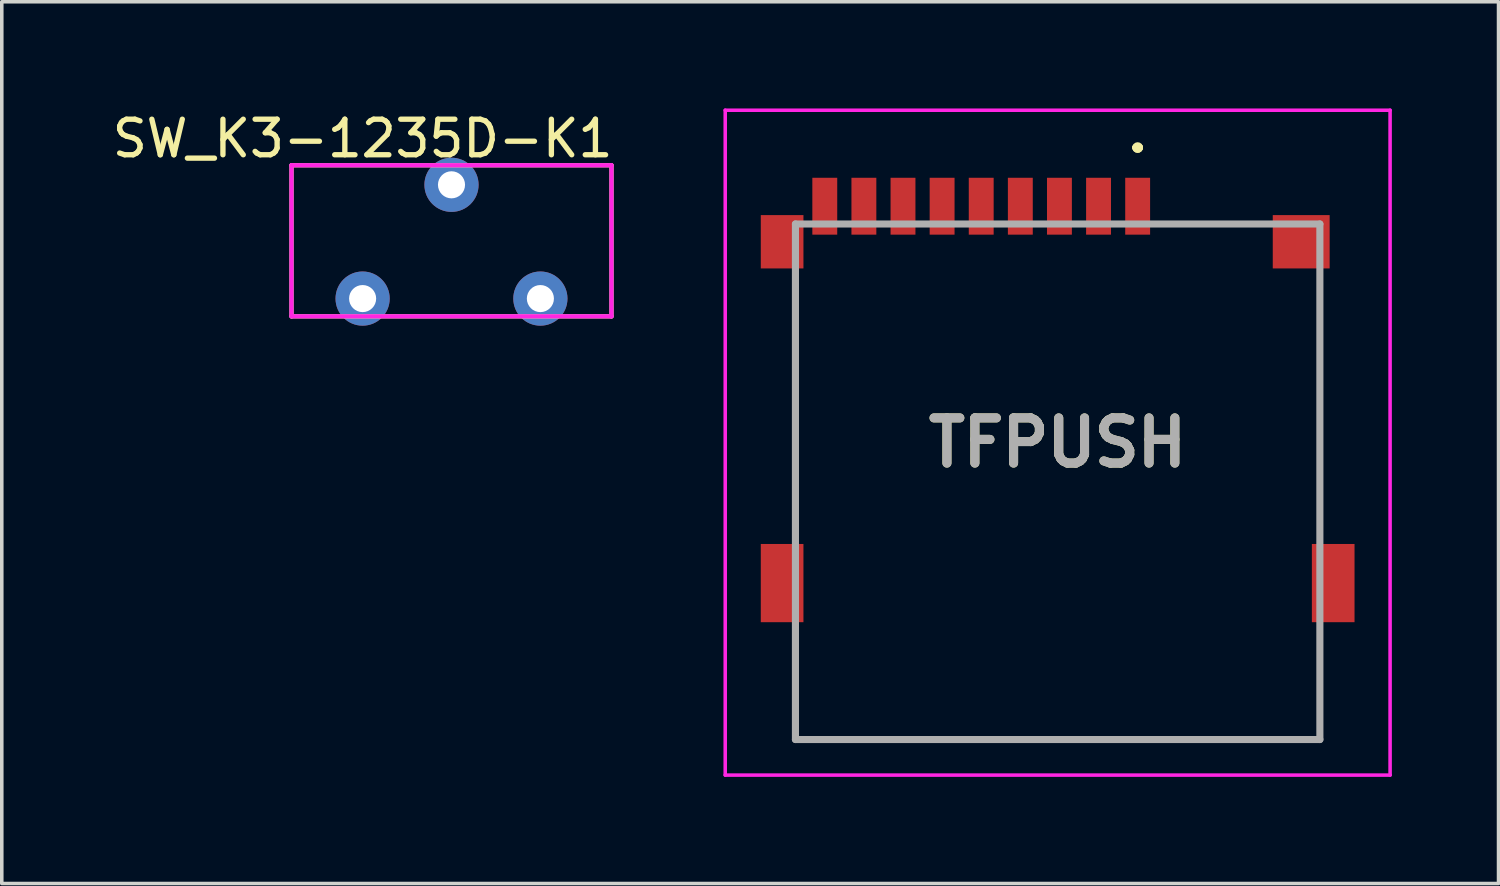
<source format=kicad_pcb>
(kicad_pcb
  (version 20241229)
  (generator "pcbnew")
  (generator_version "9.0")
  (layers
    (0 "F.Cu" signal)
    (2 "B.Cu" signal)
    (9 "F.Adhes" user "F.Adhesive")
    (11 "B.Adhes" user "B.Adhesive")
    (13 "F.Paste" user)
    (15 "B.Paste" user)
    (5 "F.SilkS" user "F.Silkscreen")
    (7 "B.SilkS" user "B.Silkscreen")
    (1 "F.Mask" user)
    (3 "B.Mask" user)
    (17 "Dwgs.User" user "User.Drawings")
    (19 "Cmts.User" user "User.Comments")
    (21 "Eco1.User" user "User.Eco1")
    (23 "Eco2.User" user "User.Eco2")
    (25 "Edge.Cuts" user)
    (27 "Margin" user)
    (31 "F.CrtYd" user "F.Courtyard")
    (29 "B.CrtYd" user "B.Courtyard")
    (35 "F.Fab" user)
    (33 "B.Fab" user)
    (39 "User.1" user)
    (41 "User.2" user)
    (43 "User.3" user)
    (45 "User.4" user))
  (footprint "TFPUSH"
    (layer "F.Cu")
    (at 26.698 10.5)
    (property "Reference" "TFPUSH" (at 0 -1.1 0) (layer "F.SilkS") (effects (font (size 1.27 1.27) (thickness 0.254))))
    (attr through_hole)
    (fp_line (start -7.375 -5.25) (end -7.375 -5.25) (stroke (width 0.1) (type solid)) (layer "F.SilkS"))
    (fp_line (start -7.375 -5.25) (end -7.375 1.25) (stroke (width 0.1) (type solid)) (layer "F.SilkS"))
    (fp_line (start -7.375 1.25) (end -7.375 -5.25) (stroke (width 0.1) (type solid)) (layer "F.SilkS"))
    (fp_line (start -7.375 1.25) (end -7.375 1.25) (stroke (width 0.1) (type solid)) (layer "F.SilkS"))
    (fp_line (start -7.375 4.5) (end -7.375 4.5) (stroke (width 0.1) (type solid)) (layer "F.SilkS"))
    (fp_line (start -7.375 4.5) (end -7.375 7.25) (stroke (width 0.1) (type solid)) (layer "F.SilkS"))
    (fp_line (start -7.375 7.25) (end -7.375 4.5) (stroke (width 0.1) (type solid)) (layer "F.SilkS"))
    (fp_line (start -7.375 7.25) (end -7.375 7.25) (stroke (width 0.1) (type solid)) (layer "F.SilkS"))
    (fp_line (start -7.375 7.25) (end -7.375 7.25) (stroke (width 0.1) (type solid)) (layer "F.SilkS"))
    (fp_line (start -7.375 7.25) (end 7.375 7.25) (stroke (width 0.1) (type solid)) (layer "F.SilkS"))
    (fp_line (start 2.2 -9.4) (end 2.2 -9.4) (stroke (width 0.2) (type solid)) (layer "F.SilkS"))
    (fp_line (start 2.2 -9.4) (end 2.2 -9.4) (stroke (width 0.2) (type solid)) (layer "F.SilkS"))
    (fp_line (start 2.3 -9.4) (end 2.3 -9.4) (stroke (width 0.2) (type solid)) (layer "F.SilkS"))
    (fp_line (start 3.2 -7.25) (end 3.2 -7.25) (stroke (width 0.1) (type solid)) (layer "F.SilkS"))
    (fp_line (start 3.2 -7.25) (end 5.45 -7.25) (stroke (width 0.1) (type solid)) (layer "F.SilkS"))
    (fp_line (start 5.45 -7.25) (end 3.2 -7.25) (stroke (width 0.1) (type solid)) (layer "F.SilkS"))
    (fp_line (start 5.45 -7.25) (end 5.45 -7.25) (stroke (width 0.1) (type solid)) (layer "F.SilkS"))
    (fp_line (start 7.375 -5.25) (end 7.375 -5.25) (stroke (width 0.1) (type solid)) (layer "F.SilkS"))
    (fp_line (start 7.375 -5.25) (end 7.375 1) (stroke (width 0.1) (type solid)) (layer "F.SilkS"))
    (fp_line (start 7.375 1) (end 7.375 -5.25) (stroke (width 0.1) (type solid)) (layer "F.SilkS"))
    (fp_line (start 7.375 1) (end 7.375 1) (stroke (width 0.1) (type solid)) (layer "F.SilkS"))
    (fp_line (start 7.375 4.5) (end 7.375 4.5) (stroke (width 0.1) (type solid)) (layer "F.SilkS"))
    (fp_line (start 7.375 4.5) (end 7.375 7.25) (stroke (width 0.1) (type solid)) (layer "F.SilkS"))
    (fp_line (start 7.375 7.25) (end -7.375 7.25) (stroke (width 0.1) (type solid)) (layer "F.SilkS"))
    (fp_line (start 7.375 7.25) (end 7.375 4.5) (stroke (width 0.1) (type solid)) (layer "F.SilkS"))
    (fp_line (start 7.375 7.25) (end 7.375 7.25) (stroke (width 0.1) (type solid)) (layer "F.SilkS"))
    (fp_line (start 7.375 7.25) (end 7.375 7.25) (stroke (width 0.1) (type solid)) (layer "F.SilkS"))
    (fp_arc (start 2.2 -9.4) (mid 2.25 -9.45) (end 2.3 -9.4) (stroke (width 0.2) (type solid)) (layer "F.SilkS"))
    (fp_arc (start 2.3 -9.4) (mid 2.25 -9.35) (end 2.2 -9.4) (stroke (width 0.2) (type solid)) (layer "F.SilkS"))
    (fp_arc (start 2.3 -9.4) (mid 2.25 -9.35) (end 2.2 -9.4) (stroke (width 0.2) (type solid)) (layer "F.SilkS"))
    (fp_line (start -9.35 -10.45) (end 9.35 -10.45) (stroke (width 0.1) (type solid)) (layer "F.CrtYd"))
    (fp_line (start -9.35 8.25) (end -9.35 -10.45) (stroke (width 0.1) (type solid)) (layer "F.CrtYd"))
    (fp_line (start 9.35 -10.45) (end 9.35 8.25) (stroke (width 0.1) (type solid)) (layer "F.CrtYd"))
    (fp_line (start 9.35 8.25) (end -9.35 8.25) (stroke (width 0.1) (type solid)) (layer "F.CrtYd"))
    (fp_line (start -7.375 -7.25) (end -7.375 7.25) (stroke (width 0.2) (type solid)) (layer "F.Fab"))
    (fp_line (start -7.375 7.25) (end 7.375 7.25) (stroke (width 0.2) (type solid)) (layer "F.Fab"))
    (fp_line (start 7.375 -7.25) (end -7.375 -7.25) (stroke (width 0.2) (type solid)) (layer "F.Fab"))
    (fp_line (start 7.375 7.25) (end 7.375 -7.25) (stroke (width 0.2) (type solid)) (layer "F.Fab"))
    (fp_text user "${REFERENCE}" (at 0 -1.1 0) (layer "F.Fab") (effects (font (size 1.27 1.27) (thickness 0.254))))
    (pad "" np_thru_hole circle (at -4.95 3.25) (size 0.001 0.001) (drill 1) (layers "*.Cu" "*.Mask"))
    (pad "" np_thru_hole circle (at 3.05 3.25) (size 0.001 0.001) (drill 1) (layers "*.Cu" "*.Mask"))
    (pad "1" smd rect (at 2.25 -7.75) (size 0.7 1.6) (layers "F.Cu" "F.Mask" "F.Paste"))
    (pad "2" smd rect (at 1.15 -7.75) (size 0.7 1.6) (layers "F.Cu" "F.Mask" "F.Paste"))
    (pad "3" smd rect (at 0.05 -7.75) (size 0.7 1.6) (layers "F.Cu" "F.Mask" "F.Paste"))
    (pad "4" smd rect (at -1.05 -7.75) (size 0.7 1.6) (layers "F.Cu" "F.Mask" "F.Paste"))
    (pad "5" smd rect (at -2.15 -7.75) (size 0.7 1.6) (layers "F.Cu" "F.Mask" "F.Paste"))
    (pad "6" smd rect (at -3.25 -7.75) (size 0.7 1.6) (layers "F.Cu" "F.Mask" "F.Paste"))
    (pad "7" smd rect (at -4.35 -7.75) (size 0.7 1.6) (layers "F.Cu" "F.Mask" "F.Paste"))
    (pad "8" smd rect (at -5.45 -7.75) (size 0.7 1.6) (layers "F.Cu" "F.Mask" "F.Paste"))
    (pad "CD1" smd rect (at -6.55 -7.75) (size 0.7 1.6) (layers "F.Cu" "F.Mask" "F.Paste"))
    (pad "G1" smd rect (at 6.85 -6.75 90) (size 1.5 1.6) (layers "F.Cu" "F.Mask" "F.Paste"))
    (pad "G2" smd rect (at -7.75 -6.75) (size 1.2 1.5) (layers "F.Cu" "F.Mask" "F.Paste"))
    (pad "G3" smd rect (at -7.75 2.85) (size 1.2 2.2) (layers "F.Cu" "F.Mask" "F.Paste"))
    (pad "G4" smd rect (at 7.75 2.85) (size 1.2 2.2) (layers "F.Cu" "F.Mask" "F.Paste")))
  (footprint "SW_K3-1235D-K1"
    (layer "F.Cu")
    (at 12.149 5.348)
    (property "Reference" "SW_K3-1235D-K1" (at -5 -4.5 0) (layer "F.SilkS") (effects (font (size 1 1) (thickness 0.15))))
    (attr through_hole)
    (fp_line (start -7 -3.75) (end 2 -3.75) (stroke (width 0.12) (type solid)) (layer "F.SilkS"))
    (fp_line (start -7 0.5) (end -7 -3.75) (stroke (width 0.12) (type solid)) (layer "F.SilkS"))
    (fp_line (start 2 -3.75) (end 2 0.5) (stroke (width 0.12) (type solid)) (layer "F.SilkS"))
    (fp_line (start 2 0.5) (end -7 0.5) (stroke (width 0.12) (type solid)) (layer "F.SilkS"))
    (fp_line (start -7 -3.75) (end 2 -3.75) (stroke (width 0.12) (type solid)) (layer "F.CrtYd"))
    (fp_line (start -7 0.5) (end -7 -3.75) (stroke (width 0.12) (type solid)) (layer "F.CrtYd"))
    (fp_line (start 2 -3.75) (end 2 0.5) (stroke (width 0.12) (type solid)) (layer "F.CrtYd"))
    (fp_line (start 2 0.5) (end -7 0.5) (stroke (width 0.12) (type solid)) (layer "F.CrtYd"))
    (pad "1" thru_hole circle (at 0 0) (size 1.524 1.524) (drill 0.762) (layers "*.Cu" "*.Mask"))
    (pad "2" thru_hole circle (at -2.5 -3.2) (size 1.524 1.524) (drill 0.762) (layers "*.Cu" "*.Mask"))
    (pad "3" thru_hole circle (at -5 0) (size 1.524 1.524) (drill 0.762) (layers "*.Cu" "*.Mask")))
  (gr_rect
    (start -3 -3)
    (end 39.098 21.8)
    (stroke (width 0.1) (type default))
    (fill no)
    (layer "Edge.Cuts")))
</source>
